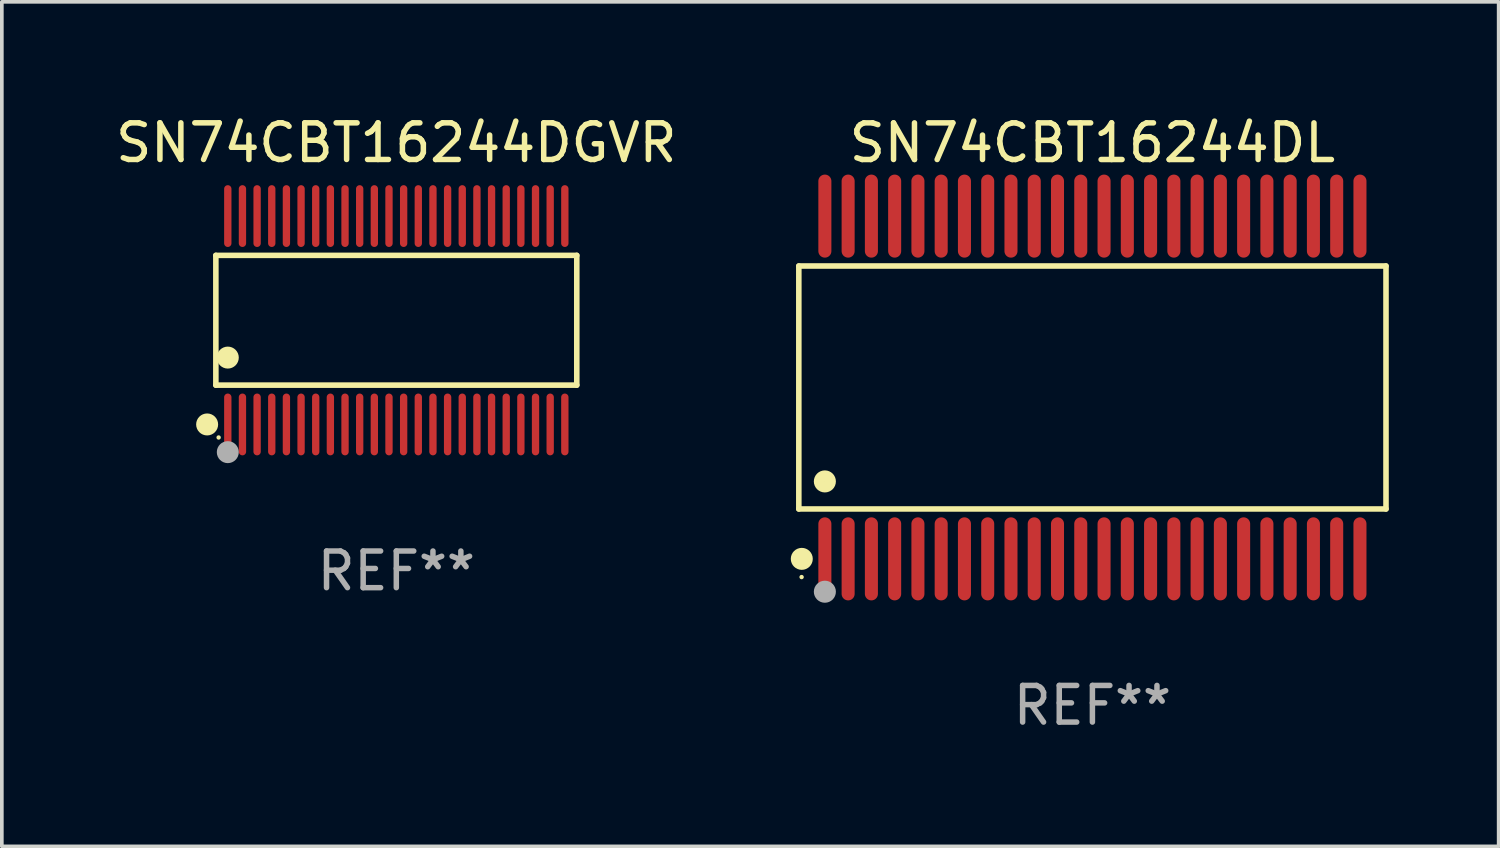
<source format=kicad_pcb>
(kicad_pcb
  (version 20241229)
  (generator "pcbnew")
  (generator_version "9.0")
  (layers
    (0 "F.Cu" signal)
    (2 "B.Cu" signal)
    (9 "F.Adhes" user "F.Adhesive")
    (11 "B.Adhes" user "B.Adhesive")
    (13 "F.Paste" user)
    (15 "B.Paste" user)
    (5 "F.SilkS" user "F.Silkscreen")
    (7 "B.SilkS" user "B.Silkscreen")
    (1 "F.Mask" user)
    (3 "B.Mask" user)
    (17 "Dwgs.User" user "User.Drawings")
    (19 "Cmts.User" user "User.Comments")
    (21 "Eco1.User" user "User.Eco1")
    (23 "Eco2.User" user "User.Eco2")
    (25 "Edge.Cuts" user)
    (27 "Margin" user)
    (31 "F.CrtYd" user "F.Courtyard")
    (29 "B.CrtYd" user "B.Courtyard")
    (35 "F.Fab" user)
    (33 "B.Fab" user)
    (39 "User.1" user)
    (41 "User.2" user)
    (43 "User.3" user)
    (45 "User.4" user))
  (footprint "SN74CBT16244DGVR"
    (layer "F.Cu")
    (at 7.768 5.692)
    (property "Reference" "SN74CBT16244DGVR" (at 0 -4.844 0) (layer "F.SilkS") (effects (font (size 1 1) (thickness 0.15))))
    (attr through_hole)
    (fp_line (start -4.926 -1.771) (end 4.926 -1.771) (stroke (width 0.152) (type solid)) (layer "F.SilkS"))
    (fp_line (start -4.926 1.771) (end -4.926 -1.771) (stroke (width 0.152) (type solid)) (layer "F.SilkS"))
    (fp_line (start 4.926 -1.771) (end 4.926 1.771) (stroke (width 0.152) (type solid)) (layer "F.SilkS"))
    (fp_line (start 4.926 1.771) (end -4.926 1.771) (stroke (width 0.152) (type solid)) (layer "F.SilkS"))
    (fp_circle (center -5.164 2.844) (end -5.014 2.844) (stroke (width 0.3) (type solid)) (fill no) (layer "F.SilkS"))
    (fp_circle (center -4.85 3.2) (end -4.82 3.2) (stroke (width 0.06) (type solid)) (fill no) (layer "F.SilkS"))
    (fp_circle (center -4.6 1.019) (end -4.45 1.019) (stroke (width 0.3) (type solid)) (fill no) (layer "F.SilkS"))
    (fp_circle (center -4.6 3.6) (end -4.45 3.6) (stroke (width 0.3) (type solid)) (fill no) (layer "F.Fab"))
    (fp_text user "REF**" (at 0 6.844 0) (layer "F.Fab") (effects (font (size 1 1) (thickness 0.15))))
    (pad "1" smd oval (at -4.6 2.844) (size 0.2 1.687) (layers "F.Cu" "F.Mask" "F.Paste"))
    (pad "2" smd oval (at -4.2 2.844) (size 0.2 1.687) (layers "F.Cu" "F.Mask" "F.Paste"))
    (pad "3" smd oval (at -3.8 2.844) (size 0.2 1.687) (layers "F.Cu" "F.Mask" "F.Paste"))
    (pad "4" smd oval (at -3.4 2.844) (size 0.2 1.687) (layers "F.Cu" "F.Mask" "F.Paste"))
    (pad "5" smd oval (at -3 2.844) (size 0.2 1.687) (layers "F.Cu" "F.Mask" "F.Paste"))
    (pad "6" smd oval (at -2.6 2.844) (size 0.2 1.687) (layers "F.Cu" "F.Mask" "F.Paste"))
    (pad "7" smd oval (at -2.2 2.844) (size 0.2 1.687) (layers "F.Cu" "F.Mask" "F.Paste"))
    (pad "8" smd oval (at -1.8 2.844) (size 0.2 1.687) (layers "F.Cu" "F.Mask" "F.Paste"))
    (pad "9" smd oval (at -1.4 2.844) (size 0.2 1.687) (layers "F.Cu" "F.Mask" "F.Paste"))
    (pad "10" smd oval (at -1 2.844) (size 0.2 1.687) (layers "F.Cu" "F.Mask" "F.Paste"))
    (pad "11" smd oval (at -0.6 2.844) (size 0.2 1.687) (layers "F.Cu" "F.Mask" "F.Paste"))
    (pad "12" smd oval (at -0.2 2.844) (size 0.2 1.687) (layers "F.Cu" "F.Mask" "F.Paste"))
    (pad "13" smd oval (at 0.2 2.844) (size 0.2 1.687) (layers "F.Cu" "F.Mask" "F.Paste"))
    (pad "14" smd oval (at 0.6 2.844) (size 0.2 1.687) (layers "F.Cu" "F.Mask" "F.Paste"))
    (pad "15" smd oval (at 1 2.844) (size 0.2 1.687) (layers "F.Cu" "F.Mask" "F.Paste"))
    (pad "16" smd oval (at 1.4 2.844) (size 0.2 1.687) (layers "F.Cu" "F.Mask" "F.Paste"))
    (pad "17" smd oval (at 1.8 2.844) (size 0.2 1.687) (layers "F.Cu" "F.Mask" "F.Paste"))
    (pad "18" smd oval (at 2.2 2.844) (size 0.2 1.687) (layers "F.Cu" "F.Mask" "F.Paste"))
    (pad "19" smd oval (at 2.6 2.844) (size 0.2 1.687) (layers "F.Cu" "F.Mask" "F.Paste"))
    (pad "20" smd oval (at 3 2.844) (size 0.2 1.687) (layers "F.Cu" "F.Mask" "F.Paste"))
    (pad "21" smd oval (at 3.4 2.844) (size 0.2 1.687) (layers "F.Cu" "F.Mask" "F.Paste"))
    (pad "22" smd oval (at 3.8 2.844) (size 0.2 1.687) (layers "F.Cu" "F.Mask" "F.Paste"))
    (pad "23" smd oval (at 4.2 2.844) (size 0.2 1.687) (layers "F.Cu" "F.Mask" "F.Paste"))
    (pad "24" smd oval (at 4.6 2.844) (size 0.2 1.687) (layers "F.Cu" "F.Mask" "F.Paste"))
    (pad "25" smd oval (at 4.6 -2.844) (size 0.2 1.687) (layers "F.Cu" "F.Mask" "F.Paste"))
    (pad "26" smd oval (at 4.2 -2.844) (size 0.2 1.687) (layers "F.Cu" "F.Mask" "F.Paste"))
    (pad "27" smd oval (at 3.8 -2.844) (size 0.2 1.687) (layers "F.Cu" "F.Mask" "F.Paste"))
    (pad "28" smd oval (at 3.4 -2.844) (size 0.2 1.687) (layers "F.Cu" "F.Mask" "F.Paste"))
    (pad "29" smd oval (at 3 -2.844) (size 0.2 1.687) (layers "F.Cu" "F.Mask" "F.Paste"))
    (pad "30" smd oval (at 2.6 -2.844) (size 0.2 1.687) (layers "F.Cu" "F.Mask" "F.Paste"))
    (pad "31" smd oval (at 2.2 -2.844) (size 0.2 1.687) (layers "F.Cu" "F.Mask" "F.Paste"))
    (pad "32" smd oval (at 1.8 -2.844) (size 0.2 1.687) (layers "F.Cu" "F.Mask" "F.Paste"))
    (pad "33" smd oval (at 1.4 -2.844) (size 0.2 1.687) (layers "F.Cu" "F.Mask" "F.Paste"))
    (pad "34" smd oval (at 1 -2.844) (size 0.2 1.687) (layers "F.Cu" "F.Mask" "F.Paste"))
    (pad "35" smd oval (at 0.6 -2.844) (size 0.2 1.687) (layers "F.Cu" "F.Mask" "F.Paste"))
    (pad "36" smd oval (at 0.2 -2.844) (size 0.2 1.687) (layers "F.Cu" "F.Mask" "F.Paste"))
    (pad "37" smd oval (at -0.2 -2.844) (size 0.2 1.687) (layers "F.Cu" "F.Mask" "F.Paste"))
    (pad "38" smd oval (at -0.6 -2.844) (size 0.2 1.687) (layers "F.Cu" "F.Mask" "F.Paste"))
    (pad "39" smd oval (at -1 -2.844) (size 0.2 1.687) (layers "F.Cu" "F.Mask" "F.Paste"))
    (pad "40" smd oval (at -1.4 -2.844) (size 0.2 1.687) (layers "F.Cu" "F.Mask" "F.Paste"))
    (pad "41" smd oval (at -1.8 -2.844) (size 0.2 1.687) (layers "F.Cu" "F.Mask" "F.Paste"))
    (pad "42" smd oval (at -2.2 -2.844) (size 0.2 1.687) (layers "F.Cu" "F.Mask" "F.Paste"))
    (pad "43" smd oval (at -2.6 -2.844) (size 0.2 1.687) (layers "F.Cu" "F.Mask" "F.Paste"))
    (pad "44" smd oval (at -3 -2.844) (size 0.2 1.687) (layers "F.Cu" "F.Mask" "F.Paste"))
    (pad "45" smd oval (at -3.4 -2.844) (size 0.2 1.687) (layers "F.Cu" "F.Mask" "F.Paste"))
    (pad "46" smd oval (at -3.8 -2.844) (size 0.2 1.687) (layers "F.Cu" "F.Mask" "F.Paste"))
    (pad "47" smd oval (at -4.2 -2.844) (size 0.2 1.687) (layers "F.Cu" "F.Mask" "F.Paste"))
    (pad "48" smd oval (at -4.6 -2.844) (size 0.2 1.687) (layers "F.Cu" "F.Mask" "F.Paste")))
  (footprint "SN74CBT16244DL"
    (layer "F.Cu")
    (at 26.769 7.527)
    (property "Reference" "SN74CBT16244DL" (at 0 -6.678 0) (layer "F.SilkS") (effects (font (size 1 1) (thickness 0.15))))
    (attr through_hole)
    (fp_line (start -8.014 -3.316) (end 8.014 -3.316) (stroke (width 0.152) (type solid)) (layer "F.SilkS"))
    (fp_line (start -8.014 3.316) (end -8.014 -3.316) (stroke (width 0.152) (type solid)) (layer "F.SilkS"))
    (fp_line (start 8.014 -3.316) (end 8.014 3.316) (stroke (width 0.152) (type solid)) (layer "F.SilkS"))
    (fp_line (start 8.014 3.316) (end -8.014 3.316) (stroke (width 0.152) (type solid)) (layer "F.SilkS"))
    (fp_circle (center -7.938 5.175) (end -7.908 5.175) (stroke (width 0.06) (type solid)) (fill no) (layer "F.SilkS"))
    (fp_circle (center -7.933 4.678) (end -7.783 4.678) (stroke (width 0.3) (type solid)) (fill no) (layer "F.SilkS"))
    (fp_circle (center -7.303 2.564) (end -7.152 2.564) (stroke (width 0.3) (type solid)) (fill no) (layer "F.SilkS"))
    (fp_circle (center -7.303 5.575) (end -7.152 5.575) (stroke (width 0.3) (type solid)) (fill no) (layer "F.Fab"))
    (fp_text user "REF**" (at 0 8.678 0) (layer "F.Fab") (effects (font (size 1 1) (thickness 0.15))))
    (pad "1" smd oval (at -7.303 4.678) (size 0.356 2.267) (layers "F.Cu" "F.Mask" "F.Paste"))
    (pad "2" smd oval (at -6.668 4.678) (size 0.356 2.267) (layers "F.Cu" "F.Mask" "F.Paste"))
    (pad "3" smd oval (at -6.033 4.678) (size 0.356 2.267) (layers "F.Cu" "F.Mask" "F.Paste"))
    (pad "4" smd oval (at -5.398 4.678) (size 0.356 2.267) (layers "F.Cu" "F.Mask" "F.Paste"))
    (pad "5" smd oval (at -4.763 4.678) (size 0.356 2.267) (layers "F.Cu" "F.Mask" "F.Paste"))
    (pad "6" smd oval (at -4.128 4.678) (size 0.356 2.267) (layers "F.Cu" "F.Mask" "F.Paste"))
    (pad "7" smd oval (at -3.493 4.678) (size 0.356 2.267) (layers "F.Cu" "F.Mask" "F.Paste"))
    (pad "8" smd oval (at -2.858 4.678) (size 0.356 2.267) (layers "F.Cu" "F.Mask" "F.Paste"))
    (pad "9" smd oval (at -2.223 4.678) (size 0.356 2.267) (layers "F.Cu" "F.Mask" "F.Paste"))
    (pad "10" smd oval (at -1.588 4.678) (size 0.356 2.267) (layers "F.Cu" "F.Mask" "F.Paste"))
    (pad "11" smd oval (at -0.953 4.678) (size 0.356 2.267) (layers "F.Cu" "F.Mask" "F.Paste"))
    (pad "12" smd oval (at -0.318 4.678) (size 0.356 2.267) (layers "F.Cu" "F.Mask" "F.Paste"))
    (pad "13" smd oval (at 0.318 4.678) (size 0.356 2.267) (layers "F.Cu" "F.Mask" "F.Paste"))
    (pad "14" smd oval (at 0.953 4.678) (size 0.356 2.267) (layers "F.Cu" "F.Mask" "F.Paste"))
    (pad "15" smd oval (at 1.588 4.678) (size 0.356 2.267) (layers "F.Cu" "F.Mask" "F.Paste"))
    (pad "16" smd oval (at 2.223 4.678) (size 0.356 2.267) (layers "F.Cu" "F.Mask" "F.Paste"))
    (pad "17" smd oval (at 2.858 4.678) (size 0.356 2.267) (layers "F.Cu" "F.Mask" "F.Paste"))
    (pad "18" smd oval (at 3.493 4.678) (size 0.356 2.267) (layers "F.Cu" "F.Mask" "F.Paste"))
    (pad "19" smd oval (at 4.128 4.678) (size 0.356 2.267) (layers "F.Cu" "F.Mask" "F.Paste"))
    (pad "20" smd oval (at 4.763 4.678) (size 0.356 2.267) (layers "F.Cu" "F.Mask" "F.Paste"))
    (pad "21" smd oval (at 5.398 4.678) (size 0.356 2.267) (layers "F.Cu" "F.Mask" "F.Paste"))
    (pad "22" smd oval (at 6.033 4.678) (size 0.356 2.267) (layers "F.Cu" "F.Mask" "F.Paste"))
    (pad "23" smd oval (at 6.668 4.678) (size 0.356 2.267) (layers "F.Cu" "F.Mask" "F.Paste"))
    (pad "24" smd oval (at 7.303 4.678) (size 0.356 2.267) (layers "F.Cu" "F.Mask" "F.Paste"))
    (pad "25" smd oval (at 7.303 -4.678) (size 0.356 2.267) (layers "F.Cu" "F.Mask" "F.Paste"))
    (pad "26" smd oval (at 6.668 -4.678) (size 0.356 2.267) (layers "F.Cu" "F.Mask" "F.Paste"))
    (pad "27" smd oval (at 6.033 -4.678) (size 0.356 2.267) (layers "F.Cu" "F.Mask" "F.Paste"))
    (pad "28" smd oval (at 5.398 -4.678) (size 0.356 2.267) (layers "F.Cu" "F.Mask" "F.Paste"))
    (pad "29" smd oval (at 4.763 -4.678) (size 0.356 2.267) (layers "F.Cu" "F.Mask" "F.Paste"))
    (pad "30" smd oval (at 4.128 -4.678) (size 0.356 2.267) (layers "F.Cu" "F.Mask" "F.Paste"))
    (pad "31" smd oval (at 3.493 -4.678) (size 0.356 2.267) (layers "F.Cu" "F.Mask" "F.Paste"))
    (pad "32" smd oval (at 2.858 -4.678) (size 0.356 2.267) (layers "F.Cu" "F.Mask" "F.Paste"))
    (pad "33" smd oval (at 2.223 -4.678) (size 0.356 2.267) (layers "F.Cu" "F.Mask" "F.Paste"))
    (pad "34" smd oval (at 1.588 -4.678) (size 0.356 2.267) (layers "F.Cu" "F.Mask" "F.Paste"))
    (pad "35" smd oval (at 0.953 -4.678) (size 0.356 2.267) (layers "F.Cu" "F.Mask" "F.Paste"))
    (pad "36" smd oval (at 0.318 -4.678) (size 0.356 2.267) (layers "F.Cu" "F.Mask" "F.Paste"))
    (pad "37" smd oval (at -0.318 -4.678) (size 0.356 2.267) (layers "F.Cu" "F.Mask" "F.Paste"))
    (pad "38" smd oval (at -0.953 -4.678) (size 0.356 2.267) (layers "F.Cu" "F.Mask" "F.Paste"))
    (pad "39" smd oval (at -1.588 -4.678) (size 0.356 2.267) (layers "F.Cu" "F.Mask" "F.Paste"))
    (pad "40" smd oval (at -2.223 -4.678) (size 0.356 2.267) (layers "F.Cu" "F.Mask" "F.Paste"))
    (pad "41" smd oval (at -2.858 -4.678) (size 0.356 2.267) (layers "F.Cu" "F.Mask" "F.Paste"))
    (pad "42" smd oval (at -3.493 -4.678) (size 0.356 2.267) (layers "F.Cu" "F.Mask" "F.Paste"))
    (pad "43" smd oval (at -4.128 -4.678) (size 0.356 2.267) (layers "F.Cu" "F.Mask" "F.Paste"))
    (pad "44" smd oval (at -4.763 -4.678) (size 0.356 2.267) (layers "F.Cu" "F.Mask" "F.Paste"))
    (pad "45" smd oval (at -5.398 -4.678) (size 0.356 2.267) (layers "F.Cu" "F.Mask" "F.Paste"))
    (pad "46" smd oval (at -6.033 -4.678) (size 0.356 2.267) (layers "F.Cu" "F.Mask" "F.Paste"))
    (pad "47" smd oval (at -6.668 -4.678) (size 0.356 2.267) (layers "F.Cu" "F.Mask" "F.Paste"))
    (pad "48" smd oval (at -7.303 -4.678) (size 0.356 2.267) (layers "F.Cu" "F.Mask" "F.Paste")))
  (gr_rect
    (start -3 -3)
    (end 37.858 20.053)
    (stroke (width 0.1) (type default))
    (fill no)
    (layer "Edge.Cuts")))
</source>
